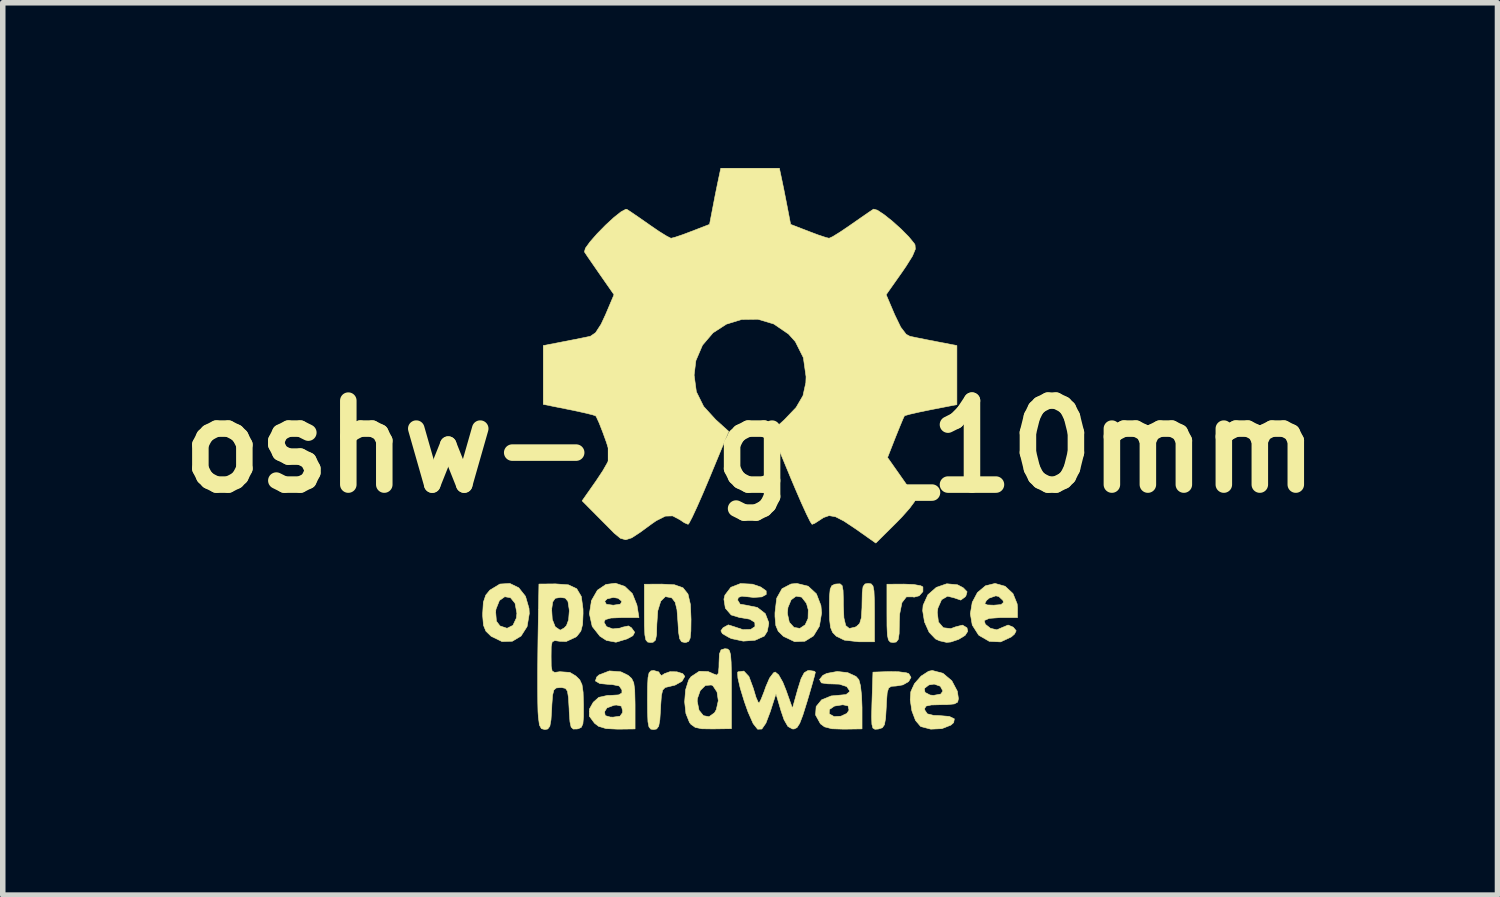
<source format=kicad_pcb>
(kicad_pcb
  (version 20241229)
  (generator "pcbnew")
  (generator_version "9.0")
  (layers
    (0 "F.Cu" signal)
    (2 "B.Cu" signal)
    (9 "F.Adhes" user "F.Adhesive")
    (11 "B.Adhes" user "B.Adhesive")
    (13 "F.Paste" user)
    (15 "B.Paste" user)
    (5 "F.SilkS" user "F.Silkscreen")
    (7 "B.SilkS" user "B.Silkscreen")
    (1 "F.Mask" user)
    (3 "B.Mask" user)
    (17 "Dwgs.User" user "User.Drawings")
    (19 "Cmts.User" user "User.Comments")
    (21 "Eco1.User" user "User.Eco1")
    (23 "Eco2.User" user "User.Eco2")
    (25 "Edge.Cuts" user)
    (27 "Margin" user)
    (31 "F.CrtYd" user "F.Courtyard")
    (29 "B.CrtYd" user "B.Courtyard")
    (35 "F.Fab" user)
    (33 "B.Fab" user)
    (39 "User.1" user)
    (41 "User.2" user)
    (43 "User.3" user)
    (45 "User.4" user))
  (footprint "oshw-logo_10mm"
    (layer "F.Cu")
    (at 10.566 5.057)
    (property "Reference" "oshw-logo_10mm" (at 0 0 0) (layer "F.SilkS") (effects (font (size 1.524 1.524) (thickness 0.3))))
    (attr through_hole)
    (fp_poly (pts (xy 2.971 2.503) (xy 3.098 2.526) (xy 3.137 2.547) (xy 3.137 2.632) (xy 3.069 2.708) (xy 2.976 2.733) (xy 2.958 2.728) (xy 2.838 2.727) (xy 2.757 2.831) (xy 2.715 3.04) (xy 2.709 3.196) (xy 2.706 3.392) (xy 2.689 3.501) (xy 2.653 3.547) (xy 2.596 3.556) (xy 2.544 3.548) (xy 2.511 3.509) (xy 2.492 3.419) (xy 2.485 3.256) (xy 2.484 3.027) (xy 2.484 2.498) (xy 2.794 2.496) (xy 2.971 2.503)) (stroke (width 0.01) (type solid)) (fill yes) (layer "F.SilkS"))
    (fp_poly (pts (xy 2.697 4.087) (xy 2.837 4.106) (xy 2.88 4.121) (xy 2.921 4.189) (xy 2.878 4.265) (xy 2.774 4.325) (xy 2.649 4.346) (xy 2.564 4.351) (xy 2.515 4.382) (xy 2.489 4.465) (xy 2.477 4.624) (xy 2.472 4.727) (xy 2.46 4.931) (xy 2.439 5.048) (xy 2.4 5.104) (xy 2.333 5.125) (xy 2.326 5.127) (xy 2.266 5.131) (xy 2.229 5.109) (xy 2.211 5.041) (xy 2.206 4.906) (xy 2.211 4.683) (xy 2.213 4.62) (xy 2.23 4.094) (xy 2.516 4.084) (xy 2.697 4.087)) (stroke (width 0.01) (type solid)) (fill yes) (layer "F.SilkS"))
    (fp_poly (pts (xy -1.658 4.09) (xy -1.637 4.127) (xy -1.61 4.158) (xy -1.553 4.121) (xy -1.455 4.086) (xy -1.329 4.088) (xy -1.223 4.121) (xy -1.185 4.171) (xy -1.236 4.259) (xy -1.363 4.33) (xy -1.468 4.355) (xy -1.543 4.373) (xy -1.587 4.42) (xy -1.61 4.521) (xy -1.623 4.703) (xy -1.625 4.755) (xy -1.638 4.959) (xy -1.659 5.075) (xy -1.697 5.126) (xy -1.752 5.136) (xy -1.804 5.128) (xy -1.836 5.088) (xy -1.854 4.996) (xy -1.861 4.83) (xy -1.863 4.6) (xy -1.861 4.351) (xy -1.853 4.194) (xy -1.834 4.107) (xy -1.8 4.071) (xy -1.75 4.064) (xy -1.658 4.09)) (stroke (width 0.01) (type solid)) (fill yes) (layer "F.SilkS"))
    (fp_poly (pts (xy 3.764 2.508) (xy 3.868 2.562) (xy 3.939 2.635) (xy 3.918 2.708) (xy 3.902 2.729) (xy 3.824 2.786) (xy 3.727 2.753) (xy 3.72 2.75) (xy 3.585 2.715) (xy 3.476 2.779) (xy 3.409 2.931) (xy 3.398 3.008) (xy 3.419 3.184) (xy 3.508 3.288) (xy 3.644 3.304) (xy 3.727 3.273) (xy 3.856 3.24) (xy 3.937 3.289) (xy 3.951 3.353) (xy 3.903 3.427) (xy 3.786 3.499) (xy 3.643 3.547) (xy 3.567 3.554) (xy 3.439 3.525) (xy 3.367 3.492) (xy 3.25 3.37) (xy 3.166 3.183) (xy 3.133 2.979) (xy 3.141 2.88) (xy 3.227 2.69) (xy 3.381 2.555) (xy 3.57 2.49) (xy 3.764 2.508)) (stroke (width 0.01) (type solid)) (fill yes) (layer "F.SilkS"))
    (fp_poly (pts (xy -1.373 2.508) (xy -1.218 2.563) (xy -1.127 2.677) (xy -1.083 2.868) (xy -1.072 3.133) (xy -1.075 3.349) (xy -1.088 3.477) (xy -1.116 3.537) (xy -1.165 3.555) (xy -1.183 3.556) (xy -1.243 3.543) (xy -1.279 3.487) (xy -1.299 3.363) (xy -1.31 3.181) (xy -1.327 2.96) (xy -1.36 2.825) (xy -1.416 2.752) (xy -1.429 2.743) (xy -1.538 2.723) (xy -1.622 2.806) (xy -1.676 2.981) (xy -1.693 3.228) (xy -1.698 3.414) (xy -1.717 3.512) (xy -1.76 3.551) (xy -1.806 3.556) (xy -1.859 3.548) (xy -1.892 3.509) (xy -1.91 3.419) (xy -1.918 3.256) (xy -1.919 3.027) (xy -1.919 2.498) (xy -1.604 2.496) (xy -1.373 2.508)) (stroke (width 0.01) (type solid)) (fill yes) (layer "F.SilkS"))
    (fp_poly (pts (xy 1.054 2.534) (xy 1.204 2.673) (xy 1.286 2.885) (xy 1.298 3.02) (xy 1.258 3.261) (xy 1.151 3.436) (xy 0.995 3.533) (xy 0.809 3.541) (xy 0.612 3.448) (xy 0.6 3.439) (xy 0.511 3.352) (xy 0.467 3.248) (xy 0.452 3.084) (xy 0.452 3.028) (xy 0.677 3.028) (xy 0.712 3.189) (xy 0.797 3.282) (xy 0.903 3.3) (xy 1 3.235) (xy 1.052 3.122) (xy 1.056 2.962) (xy 1.024 2.846) (xy 0.936 2.732) (xy 0.835 2.715) (xy 0.745 2.782) (xy 0.687 2.921) (xy 0.677 3.028) (xy 0.452 3.028) (xy 0.452 3.016) (xy 0.483 2.752) (xy 0.58 2.579) (xy 0.743 2.494) (xy 0.849 2.484) (xy 1.054 2.534)) (stroke (width 0.01) (type solid)) (fill yes) (layer "F.SilkS"))
    (fp_poly (pts (xy -4.2 2.562) (xy -4.077 2.717) (xy -4.013 2.937) (xy -4.008 3.03) (xy -4.048 3.267) (xy -4.158 3.439) (xy -4.316 3.533) (xy -4.503 3.539) (xy -4.699 3.444) (xy -4.705 3.439) (xy -4.796 3.35) (xy -4.84 3.242) (xy -4.854 3.073) (xy -4.854 3.026) (xy -4.852 2.995) (xy -4.619 2.995) (xy -4.605 3.169) (xy -4.54 3.255) (xy -4.412 3.298) (xy -4.305 3.245) (xy -4.242 3.111) (xy -4.233 3.025) (xy -4.267 2.843) (xy -4.349 2.743) (xy -4.453 2.725) (xy -4.55 2.793) (xy -4.612 2.948) (xy -4.619 2.995) (xy -4.852 2.995) (xy -4.842 2.826) (xy -4.798 2.696) (xy -4.724 2.606) (xy -4.542 2.495) (xy -4.361 2.484) (xy -4.2 2.562)) (stroke (width 0.01) (type solid)) (fill yes) (layer "F.SilkS"))
    (fp_poly (pts (xy 2.198 2.492) (xy 2.231 2.53) (xy 2.249 2.62) (xy 2.256 2.783) (xy 2.258 3.013) (xy 2.258 3.543) (xy 1.974 3.543) (xy 1.711 3.513) (xy 1.565 3.442) (xy 1.498 3.373) (xy 1.46 3.282) (xy 1.443 3.138) (xy 1.439 2.926) (xy 1.442 2.712) (xy 1.454 2.587) (xy 1.484 2.524) (xy 1.539 2.498) (xy 1.566 2.494) (xy 1.633 2.491) (xy 1.671 2.523) (xy 1.688 2.612) (xy 1.693 2.781) (xy 1.693 2.87) (xy 1.703 3.109) (xy 1.736 3.249) (xy 1.801 3.301) (xy 1.905 3.278) (xy 1.933 3.264) (xy 1.989 3.211) (xy 2.02 3.107) (xy 2.031 2.926) (xy 2.032 2.848) (xy 2.036 2.651) (xy 2.051 2.54) (xy 2.087 2.493) (xy 2.145 2.484) (xy 2.198 2.492)) (stroke (width 0.01) (type solid)) (fill yes) (layer "F.SilkS"))
    (fp_poly (pts (xy -2.275 2.537) (xy -2.137 2.669) (xy -2.055 2.873) (xy -2.051 2.893) (xy -2.017 3.104) (xy -2.335 3.104) (xy -2.527 3.112) (xy -2.627 3.14) (xy -2.653 3.185) (xy -2.606 3.268) (xy -2.493 3.309) (xy -2.36 3.295) (xy -2.325 3.28) (xy -2.208 3.255) (xy -2.154 3.288) (xy -2.095 3.37) (xy -2.128 3.433) (xy -2.232 3.49) (xy -2.435 3.551) (xy -2.608 3.518) (xy -2.726 3.442) (xy -2.866 3.264) (xy -2.917 3.034) (xy -2.881 2.808) (xy -2.639 2.808) (xy -2.609 2.862) (xy -2.484 2.879) (xy -2.354 2.86) (xy -2.328 2.808) (xy -2.396 2.753) (xy -2.484 2.738) (xy -2.595 2.764) (xy -2.639 2.808) (xy -2.881 2.808) (xy -2.879 2.794) (xy -2.771 2.606) (xy -2.617 2.502) (xy -2.444 2.48) (xy -2.275 2.537)) (stroke (width 0.01) (type solid)) (fill yes) (layer "F.SilkS"))
    (fp_poly (pts (xy 0.043 2.497) (xy 0.194 2.549) (xy 0.292 2.619) (xy 0.293 2.684) (xy 0.212 2.728) (xy 0.064 2.738) (xy -0.007 2.73) (xy -0.151 2.715) (xy -0.214 2.739) (xy -0.226 2.787) (xy -0.181 2.86) (xy -0.069 2.879) (xy 0.132 2.92) (xy 0.276 3.032) (xy 0.338 3.192) (xy 0.339 3.214) (xy 0.312 3.354) (xy 0.259 3.439) (xy 0.091 3.515) (xy -0.124 3.531) (xy -0.339 3.485) (xy -0.384 3.464) (xy -0.502 3.396) (xy -0.53 3.344) (xy -0.49 3.288) (xy -0.396 3.236) (xy -0.293 3.268) (xy -0.132 3.322) (xy 0.011 3.318) (xy 0.089 3.267) (xy 0.086 3.191) (xy -0.006 3.133) (xy -0.162 3.106) (xy -0.182 3.105) (xy -0.343 3.056) (xy -0.449 2.933) (xy -0.475 2.769) (xy -0.457 2.696) (xy -0.349 2.554) (xy -0.174 2.486) (xy 0.043 2.497)) (stroke (width 0.01) (type solid)) (fill yes) (layer "F.SilkS"))
    (fp_poly (pts (xy 1.772 4.103) (xy 1.922 4.172) (xy 1.975 4.232) (xy 2.004 4.341) (xy 2.024 4.523) (xy 2.032 4.732) (xy 2.032 5.124) (xy 1.701 5.129) (xy 1.486 5.122) (xy 1.351 5.087) (xy 1.277 5.032) (xy 1.188 4.871) (xy 1.19 4.849) (xy 1.436 4.849) (xy 1.437 4.851) (xy 1.524 4.9) (xy 1.649 4.894) (xy 1.757 4.843) (xy 1.796 4.784) (xy 1.778 4.706) (xy 1.683 4.686) (xy 1.532 4.71) (xy 1.441 4.771) (xy 1.436 4.849) (xy 1.19 4.849) (xy 1.199 4.719) (xy 1.298 4.597) (xy 1.471 4.526) (xy 1.584 4.516) (xy 1.741 4.501) (xy 1.803 4.452) (xy 1.806 4.432) (xy 1.755 4.356) (xy 1.619 4.312) (xy 1.422 4.306) (xy 1.417 4.307) (xy 1.294 4.289) (xy 1.261 4.227) (xy 1.322 4.152) (xy 1.392 4.117) (xy 1.581 4.082) (xy 1.772 4.103)) (stroke (width 0.01) (type solid)) (fill yes) (layer "F.SilkS"))
    (fp_poly (pts (xy 4.629 2.535) (xy 4.772 2.668) (xy 4.848 2.855) (xy 4.854 2.925) (xy 4.854 3.104) (xy 4.539 3.104) (xy 4.34 3.118) (xy 4.25 3.158) (xy 4.27 3.225) (xy 4.363 3.298) (xy 4.479 3.326) (xy 4.576 3.284) (xy 4.684 3.239) (xy 4.772 3.276) (xy 4.78 3.282) (xy 4.83 3.343) (xy 4.8 3.403) (xy 4.741 3.455) (xy 4.548 3.545) (xy 4.342 3.535) (xy 4.156 3.427) (xy 4.146 3.417) (xy 4.033 3.239) (xy 3.998 3.034) (xy 4.029 2.85) (xy 4.259 2.85) (xy 4.305 2.874) (xy 4.422 2.879) (xy 4.556 2.868) (xy 4.599 2.829) (xy 4.592 2.794) (xy 4.515 2.721) (xy 4.46 2.709) (xy 4.341 2.75) (xy 4.29 2.794) (xy 4.259 2.85) (xy 4.029 2.85) (xy 4.032 2.828) (xy 4.127 2.649) (xy 4.274 2.526) (xy 4.447 2.484) (xy 4.629 2.535)) (stroke (width 0.01) (type solid)) (fill yes) (layer "F.SilkS"))
    (fp_poly (pts (xy -2.346 4.088) (xy -2.214 4.152) (xy -2.15 4.209) (xy -2.112 4.288) (xy -2.094 4.417) (xy -2.089 4.624) (xy -2.088 4.682) (xy -2.088 5.125) (xy -2.401 5.129) (xy -2.613 5.119) (xy -2.75 5.078) (xy -2.824 5.021) (xy -2.919 4.892) (xy -2.917 4.812) (xy -2.642 4.812) (xy -2.63 4.883) (xy -2.54 4.909) (xy -2.488 4.911) (xy -2.362 4.894) (xy -2.317 4.832) (xy -2.314 4.794) (xy -2.336 4.711) (xy -2.424 4.691) (xy -2.469 4.695) (xy -2.598 4.743) (xy -2.642 4.812) (xy -2.917 4.812) (xy -2.917 4.765) (xy -2.847 4.641) (xy -2.746 4.551) (xy -2.59 4.517) (xy -2.533 4.516) (xy -2.387 4.507) (xy -2.327 4.472) (xy -2.326 4.417) (xy -2.376 4.345) (xy -2.506 4.319) (xy -2.55 4.318) (xy -2.728 4.301) (xy -2.808 4.254) (xy -2.784 4.182) (xy -2.741 4.144) (xy -2.554 4.072) (xy -2.346 4.088)) (stroke (width 0.01) (type solid)) (fill yes) (layer "F.SilkS"))
    (fp_poly (pts (xy 3.501 4.115) (xy 3.662 4.251) (xy 3.762 4.44) (xy 3.782 4.575) (xy 3.768 4.638) (xy 3.708 4.671) (xy 3.576 4.684) (xy 3.467 4.685) (xy 3.287 4.69) (xy 3.196 4.71) (xy 3.169 4.753) (xy 3.172 4.784) (xy 3.217 4.851) (xy 3.331 4.879) (xy 3.425 4.882) (xy 3.617 4.898) (xy 3.708 4.942) (xy 3.695 5.011) (xy 3.644 5.056) (xy 3.481 5.12) (xy 3.28 5.129) (xy 3.103 5.083) (xy 3.093 5.077) (xy 3.003 4.971) (xy 2.937 4.797) (xy 2.907 4.597) (xy 2.917 4.451) (xy 2.944 4.39) (xy 3.163 4.39) (xy 3.175 4.461) (xy 3.266 4.509) (xy 3.33 4.516) (xy 3.461 4.492) (xy 3.5 4.437) (xy 3.453 4.35) (xy 3.342 4.311) (xy 3.246 4.326) (xy 3.163 4.39) (xy 2.944 4.39) (xy 2.984 4.303) (xy 3.104 4.166) (xy 3.24 4.078) (xy 3.307 4.064) (xy 3.501 4.115)) (stroke (width 0.01) (type solid)) (fill yes) (layer "F.SilkS"))
    (fp_poly (pts (xy -0.405 3.675) (xy -0.374 3.706) (xy -0.354 3.78) (xy -0.344 3.914) (xy -0.339 4.127) (xy -0.339 4.395) (xy -0.339 5.12) (xy -0.676 5.125) (xy -0.876 5.122) (xy -0.996 5.097) (xy -1.072 5.043) (xy -1.1 5.008) (xy -1.165 4.845) (xy -1.188 4.633) (xy -1.187 4.621) (xy -0.96 4.621) (xy -0.927 4.786) (xy -0.847 4.884) (xy -0.745 4.903) (xy -0.646 4.832) (xy -0.613 4.774) (xy -0.577 4.612) (xy -0.6 4.454) (xy -0.673 4.344) (xy -0.703 4.327) (xy -0.812 4.336) (xy -0.905 4.428) (xy -0.956 4.573) (xy -0.96 4.621) (xy -1.187 4.621) (xy -1.171 4.416) (xy -1.116 4.239) (xy -1.072 4.177) (xy -0.922 4.078) (xy -0.76 4.084) (xy -0.674 4.122) (xy -0.607 4.148) (xy -0.575 4.115) (xy -0.565 4.002) (xy -0.564 3.925) (xy -0.557 3.765) (xy -0.527 3.69) (xy -0.461 3.669) (xy -0.452 3.669) (xy -0.405 3.675)) (stroke (width 0.01) (type solid)) (fill yes) (layer "F.SilkS"))
    (fp_poly (pts (xy 1.164 4.077) (xy 1.185 4.095) (xy 1.17 4.16) (xy 1.129 4.306) (xy 1.07 4.51) (xy 1.033 4.634) (xy 0.958 4.874) (xy 0.901 5.023) (xy 0.851 5.101) (xy 0.798 5.126) (xy 0.768 5.125) (xy 0.687 5.08) (xy 0.617 4.959) (xy 0.562 4.798) (xy 0.47 4.487) (xy 0.366 4.812) (xy 0.287 5.02) (xy 0.213 5.127) (xy 0.137 5.13) (xy 0.056 5.028) (xy -0.037 4.818) (xy -0.104 4.629) (xy -0.179 4.384) (xy -0.221 4.202) (xy -0.227 4.101) (xy -0.219 4.088) (xy -0.113 4.075) (xy -0.021 4.173) (xy 0.056 4.381) (xy 0.061 4.397) (xy 0.107 4.551) (xy 0.147 4.641) (xy 0.166 4.652) (xy 0.201 4.584) (xy 0.255 4.447) (xy 0.287 4.356) (xy 0.354 4.201) (xy 0.425 4.107) (xy 0.456 4.092) (xy 0.518 4.143) (xy 0.594 4.277) (xy 0.652 4.421) (xy 0.769 4.75) (xy 0.865 4.407) (xy 0.926 4.212) (xy 0.983 4.105) (xy 1.048 4.066) (xy 1.073 4.064) (xy 1.164 4.077)) (stroke (width 0.01) (type solid)) (fill yes) (layer "F.SilkS"))
    (fp_poly (pts (xy -3.298 2.509) (xy -3.147 2.58) (xy -3.064 2.72) (xy -3.033 2.947) (xy -3.032 3.029) (xy -3.04 3.226) (xy -3.072 3.349) (xy -3.139 3.436) (xy -3.165 3.458) (xy -3.339 3.538) (xy -3.455 3.534) (xy -3.545 3.521) (xy -3.592 3.544) (xy -3.61 3.63) (xy -3.612 3.803) (xy -3.612 3.81) (xy -3.61 3.986) (xy -3.593 4.074) (xy -3.547 4.099) (xy -3.459 4.087) (xy -3.455 4.086) (xy -3.271 4.099) (xy -3.163 4.164) (xy -3.092 4.234) (xy -3.051 4.322) (xy -3.031 4.459) (xy -3.024 4.676) (xy -3.024 4.691) (xy -3.024 4.905) (xy -3.035 5.032) (xy -3.064 5.096) (xy -3.117 5.121) (xy -3.144 5.126) (xy -3.21 5.127) (xy -3.249 5.091) (xy -3.27 4.995) (xy -3.283 4.815) (xy -3.285 4.759) (xy -3.297 4.556) (xy -3.315 4.441) (xy -3.351 4.389) (xy -3.415 4.375) (xy -3.443 4.374) (xy -3.518 4.381) (xy -3.562 4.419) (xy -3.585 4.511) (xy -3.598 4.684) (xy -3.601 4.755) (xy -3.614 4.96) (xy -3.635 5.076) (xy -3.673 5.126) (xy -3.725 5.136) (xy -3.788 5.12) (xy -3.824 5.054) (xy -3.843 4.912) (xy -3.85 4.812) (xy -3.854 4.646) (xy -3.856 4.394) (xy -3.856 4.082) (xy -3.853 3.738) (xy -3.85 3.491) (xy -3.841 2.953) (xy -3.602 2.953) (xy -3.591 3.135) (xy -3.537 3.271) (xy -3.451 3.33) (xy -3.443 3.33) (xy -3.375 3.292) (xy -3.333 3.249) (xy -3.294 3.143) (xy -3.282 2.984) (xy -3.284 2.953) (xy -3.306 2.811) (xy -3.355 2.75) (xy -3.443 2.738) (xy -3.537 2.753) (xy -3.583 2.82) (xy -3.602 2.953) (xy -3.841 2.953) (xy -3.833 2.495) (xy -3.532 2.492) (xy -3.298 2.509)) (stroke (width 0.01) (type solid)) (fill yes) (layer "F.SilkS"))
    (fp_poly (pts (xy 0.574 -4.854) (xy 0.61 -4.682) (xy 0.653 -4.463) (xy 0.676 -4.345) (xy 0.736 -4.034) (xy 1.062 -3.908) (xy 1.24 -3.841) (xy 1.377 -3.796) (xy 1.434 -3.782) (xy 1.5 -3.812) (xy 1.631 -3.893) (xy 1.8 -4.007) (xy 1.827 -4.026) (xy 2.005 -4.15) (xy 2.151 -4.251) (xy 2.237 -4.308) (xy 2.242 -4.311) (xy 2.31 -4.292) (xy 2.431 -4.212) (xy 2.582 -4.092) (xy 2.739 -3.951) (xy 2.879 -3.81) (xy 2.977 -3.691) (xy 2.994 -3.663) (xy 3 -3.585) (xy 2.948 -3.46) (xy 2.831 -3.273) (xy 2.757 -3.165) (xy 2.47 -2.758) (xy 2.625 -2.394) (xy 2.735 -2.167) (xy 2.833 -2.039) (xy 2.899 -2.003) (xy 3.017 -1.978) (xy 3.202 -1.941) (xy 3.387 -1.905) (xy 3.754 -1.834) (xy 3.754 -0.762) (xy 3.286 -0.671) (xy 3.072 -0.627) (xy 2.904 -0.589) (xy 2.812 -0.563) (xy 2.802 -0.558) (xy 2.774 -0.499) (xy 2.717 -0.362) (xy 2.643 -0.179) (xy 2.639 -0.169) (xy 2.495 0.198) (xy 2.733 0.536) (xy 2.855 0.71) (xy 2.952 0.852) (xy 3.005 0.932) (xy 3.007 0.936) (xy 2.985 0.999) (xy 2.896 1.119) (xy 2.757 1.276) (xy 2.662 1.374) (xy 2.282 1.751) (xy 1.92 1.496) (xy 1.704 1.352) (xy 1.55 1.273) (xy 1.434 1.253) (xy 1.333 1.288) (xy 1.273 1.328) (xy 1.174 1.392) (xy 1.125 1.411) (xy 1.092 1.362) (xy 1.024 1.225) (xy 0.93 1.019) (xy 0.818 0.76) (xy 0.737 0.568) (xy 0.388 -0.276) (xy 0.621 -0.486) (xy 0.835 -0.71) (xy 0.96 -0.924) (xy 1.012 -1.161) (xy 1.016 -1.269) (xy 0.967 -1.615) (xy 0.821 -1.906) (xy 0.698 -2.043) (xy 0.43 -2.226) (xy 0.141 -2.312) (xy -0.152 -2.308) (xy -0.429 -2.223) (xy -0.673 -2.065) (xy -0.864 -1.841) (xy -0.984 -1.561) (xy -1.016 -1.298) (xy -0.975 -0.995) (xy -0.843 -0.729) (xy -0.626 -0.491) (xy -0.388 -0.276) (xy -0.737 0.568) (xy -0.857 0.852) (xy -0.964 1.095) (xy -1.05 1.28) (xy -1.107 1.389) (xy -1.125 1.411) (xy -1.195 1.381) (xy -1.273 1.328) (xy -1.405 1.258) (xy -1.538 1.262) (xy -1.703 1.345) (xy -1.784 1.401) (xy -2 1.559) (xy -2.149 1.656) (xy -2.258 1.691) (xy -2.354 1.664) (xy -2.466 1.572) (xy -2.621 1.415) (xy -2.67 1.366) (xy -3.049 0.984) (xy -2.795 0.622) (xy -2.673 0.438) (xy -2.583 0.28) (xy -2.541 0.177) (xy -2.54 0.166) (xy -2.559 0.076) (xy -2.608 -0.078) (xy -2.673 -0.258) (xy -2.738 -0.425) (xy -2.79 -0.538) (xy -2.803 -0.558) (xy -2.862 -0.578) (xy -3.005 -0.613) (xy -3.205 -0.657) (xy -3.286 -0.673) (xy -3.754 -0.767) (xy -3.754 -1.834) (xy -3.387 -1.905) (xy -3.177 -1.946) (xy -2.998 -1.982) (xy -2.899 -2.003) (xy -2.805 -2.067) (xy -2.704 -2.223) (xy -2.624 -2.395) (xy -2.47 -2.758) (xy -2.719 -3.115) (xy -2.843 -3.294) (xy -2.945 -3.442) (xy -3.003 -3.529) (xy -3.007 -3.536) (xy -2.989 -3.602) (xy -2.904 -3.719) (xy -2.776 -3.865) (xy -2.625 -4.019) (xy -2.474 -4.158) (xy -2.343 -4.262) (xy -2.255 -4.309) (xy -2.237 -4.307) (xy -2.162 -4.258) (xy -2.023 -4.163) (xy -1.849 -4.042) (xy -1.827 -4.026) (xy -1.655 -3.908) (xy -1.516 -3.822) (xy -1.439 -3.783) (xy -1.434 -3.782) (xy -1.36 -3.801) (xy -1.215 -3.85) (xy -1.062 -3.908) (xy -0.736 -4.034) (xy -0.676 -4.345) (xy -0.634 -4.563) (xy -0.592 -4.769) (xy -0.574 -4.854) (xy -0.532 -5.052) (xy 0.532 -5.052) (xy 0.574 -4.854)) (stroke (width 0.01) (type solid)) (fill yes) (layer "F.SilkS")))
  (gr_rect
    (start -3 -3)
    (end 24.133 13.198)
    (stroke (width 0.1) (type default))
    (fill no)
    (layer "Edge.Cuts")))
</source>
